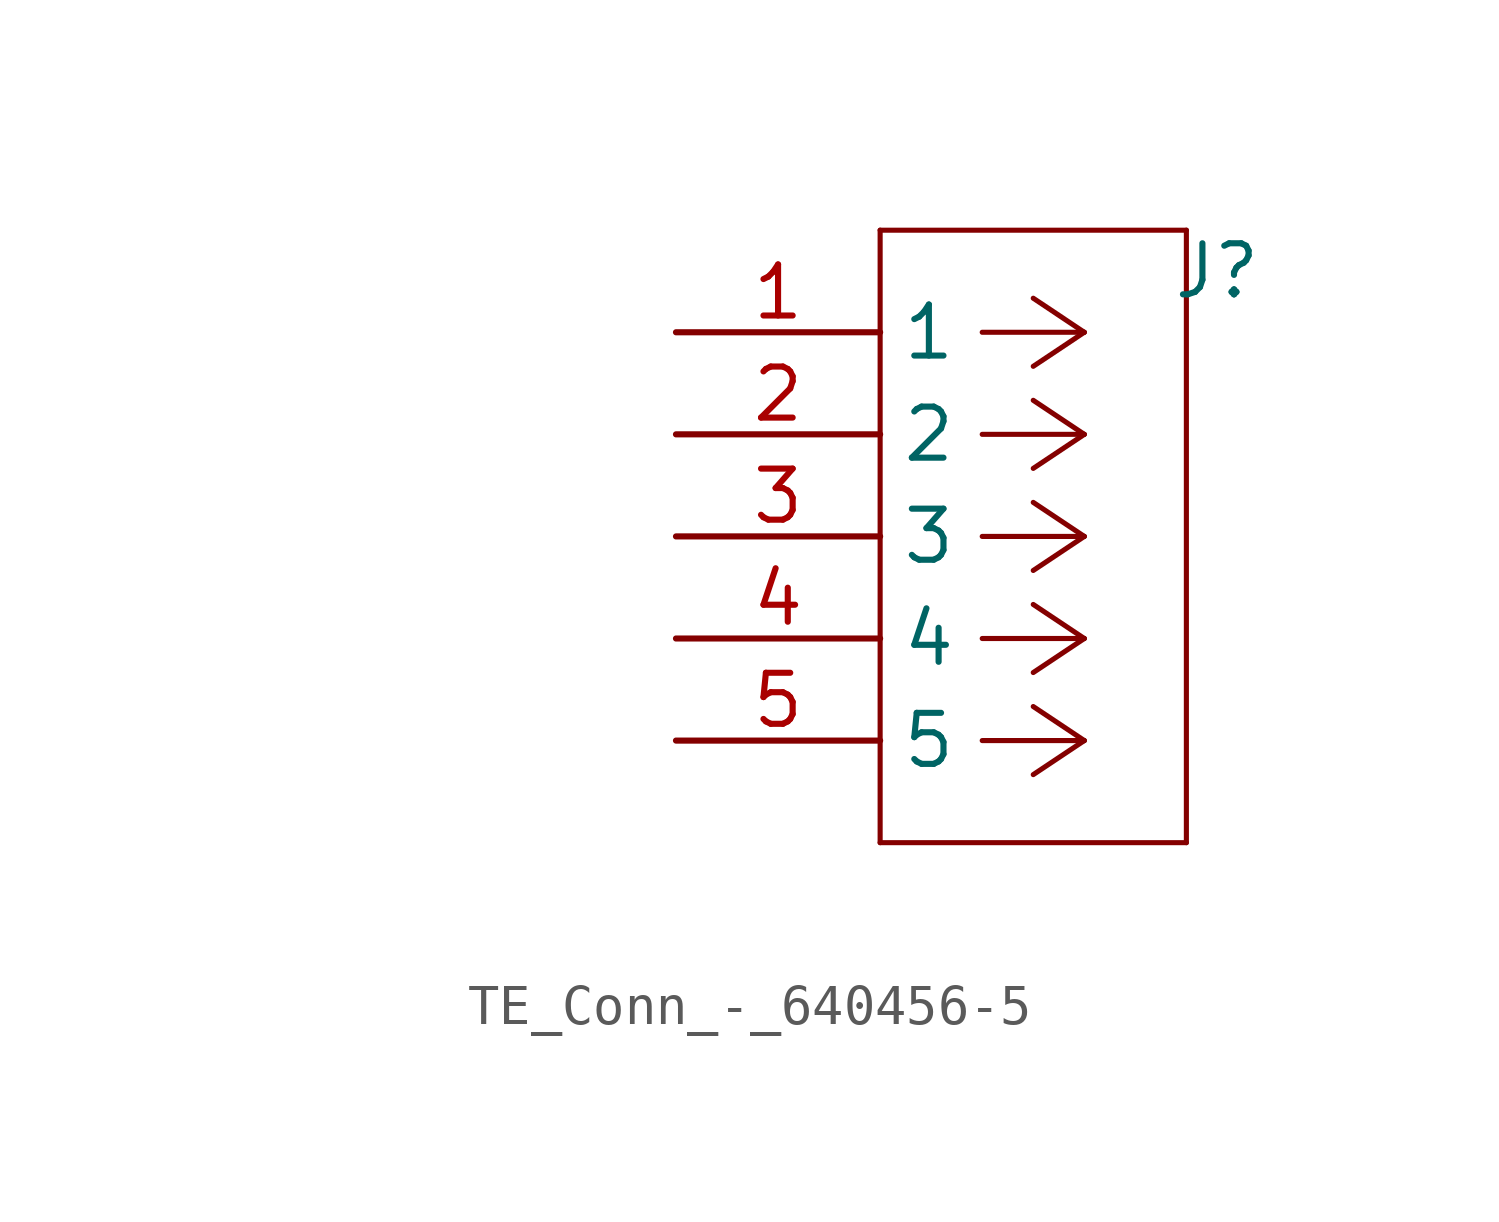
<source format=kicad_sym>
(kicad_symbol_lib
  (version 20231120)
  (generator "kicad_symbol_editor")
  (generator_version "8.0")
  (symbol "TE_Conn_-_640456-5"
    (property "Reference" "J"
      (at 23.622 15.494 0)
      (effects (font (size 1.27 1.27))))
    (property "Value" ""
      (at 0 0 0)
      (effects (font (size 1.27 1.27))))
    (symbol "TE_Conn_-_640456-5_0_1"
      (polyline (pts (xy 15.24 1.27) (xy 22.86 1.27)) (stroke (width 0.127) (type default)) (fill (type none)))
      (polyline (pts (xy 15.24 16.51) (xy 15.24 1.27)) (stroke (width 0.127) (type default)) (fill (type none)))
      (polyline (pts (xy 20.32 3.81) (xy 17.78 3.81)) (stroke (width 0.127) (type default)) (fill (type none)))
      (polyline (pts (xy 20.32 3.81) (xy 19.05 2.963)) (stroke (width 0.127) (type default)) (fill (type none)))
      (polyline (pts (xy 20.32 3.81) (xy 19.05 4.657)) (stroke (width 0.127) (type default)) (fill (type none)))
      (polyline (pts (xy 20.32 6.35) (xy 17.78 6.35)) (stroke (width 0.127) (type default)) (fill (type none)))
      (polyline (pts (xy 20.32 6.35) (xy 19.05 5.503)) (stroke (width 0.127) (type default)) (fill (type none)))
      (polyline (pts (xy 20.32 6.35) (xy 19.05 7.197)) (stroke (width 0.127) (type default)) (fill (type none)))
      (polyline (pts (xy 20.32 8.89) (xy 17.78 8.89)) (stroke (width 0.127) (type default)) (fill (type none)))
      (polyline (pts (xy 20.32 8.89) (xy 19.05 8.043)) (stroke (width 0.127) (type default)) (fill (type none)))
      (polyline (pts (xy 20.32 8.89) (xy 19.05 9.737)) (stroke (width 0.127) (type default)) (fill (type none)))
      (polyline (pts (xy 20.32 11.43) (xy 17.78 11.43)) (stroke (width 0.127) (type default)) (fill (type none)))
      (polyline (pts (xy 20.32 11.43) (xy 19.05 10.583)) (stroke (width 0.127) (type default)) (fill (type none)))
      (polyline (pts (xy 20.32 11.43) (xy 19.05 12.277)) (stroke (width 0.127) (type default)) (fill (type none)))
      (polyline (pts (xy 20.32 13.97) (xy 17.78 13.97)) (stroke (width 0.127) (type default)) (fill (type none)))
      (polyline (pts (xy 20.32 13.97) (xy 19.05 13.123)) (stroke (width 0.127) (type default)) (fill (type none)))
      (polyline (pts (xy 20.32 13.97) (xy 19.05 14.817)) (stroke (width 0.127) (type default)) (fill (type none)))
      (polyline (pts (xy 22.86 1.27) (xy 22.86 16.51)) (stroke (width 0.127) (type default)) (fill (type none)))
      (polyline (pts (xy 22.86 16.51) (xy 15.24 16.51)) (stroke (width 0.127) (type default)) (fill (type none))))
    (symbol "TE_Conn_-_640456-5_1_1"
      (pin unspecified line (at 10.16 13.97 0) (length 5.08) (name "1" (effects (font (size 1.27 1.27)))) (number "1" (effects (font (size 1.27 1.27)))))
      (pin unspecified line (at 10.16 11.43 0) (length 5.08) (name "2" (effects (font (size 1.27 1.27)))) (number "2" (effects (font (size 1.27 1.27)))))
      (pin unspecified line (at 10.16 8.89 0) (length 5.08) (name "3" (effects (font (size 1.27 1.27)))) (number "3" (effects (font (size 1.27 1.27)))))
      (pin unspecified line (at 10.16 6.35 0) (length 5.08) (name "4" (effects (font (size 1.27 1.27)))) (number "4" (effects (font (size 1.27 1.27)))))
      (pin unspecified line (at 10.16 3.81 0) (length 5.08) (name "5" (effects (font (size 1.27 1.27)))) (number "5" (effects (font (size 1.27 1.27))))))))
</source>
